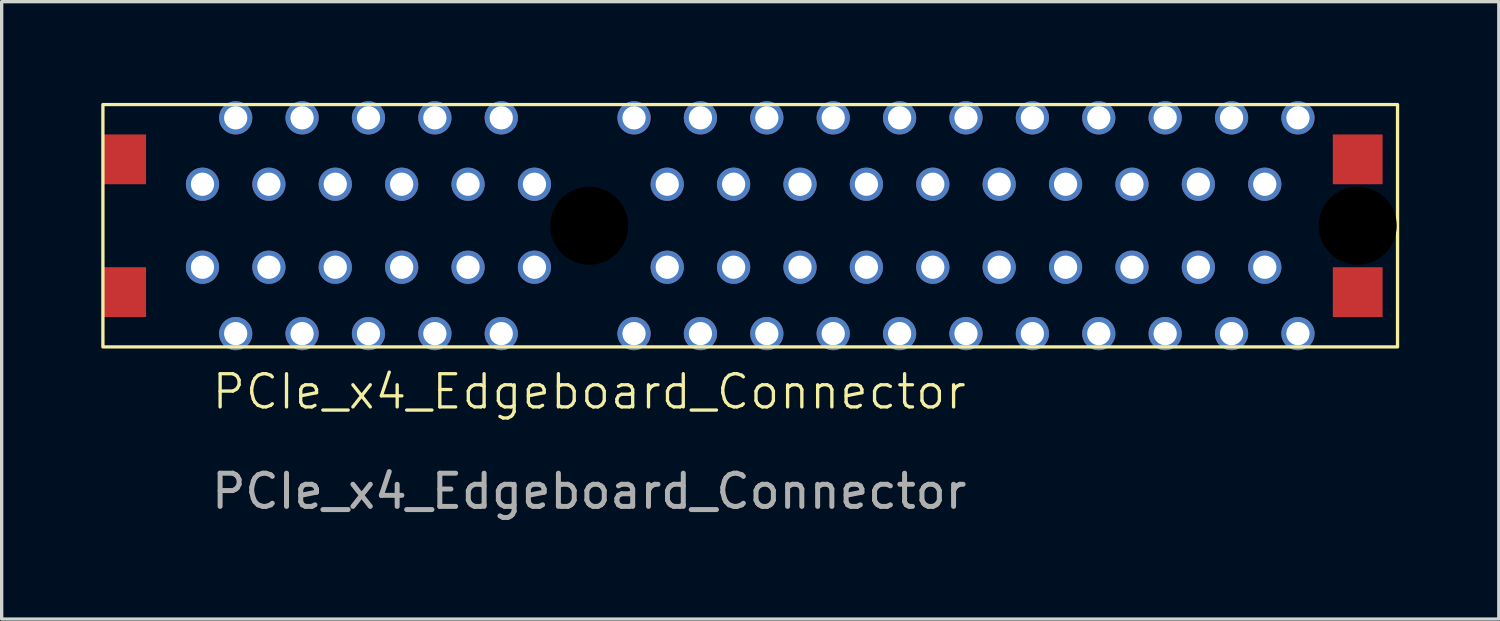
<source format=kicad_pcb>
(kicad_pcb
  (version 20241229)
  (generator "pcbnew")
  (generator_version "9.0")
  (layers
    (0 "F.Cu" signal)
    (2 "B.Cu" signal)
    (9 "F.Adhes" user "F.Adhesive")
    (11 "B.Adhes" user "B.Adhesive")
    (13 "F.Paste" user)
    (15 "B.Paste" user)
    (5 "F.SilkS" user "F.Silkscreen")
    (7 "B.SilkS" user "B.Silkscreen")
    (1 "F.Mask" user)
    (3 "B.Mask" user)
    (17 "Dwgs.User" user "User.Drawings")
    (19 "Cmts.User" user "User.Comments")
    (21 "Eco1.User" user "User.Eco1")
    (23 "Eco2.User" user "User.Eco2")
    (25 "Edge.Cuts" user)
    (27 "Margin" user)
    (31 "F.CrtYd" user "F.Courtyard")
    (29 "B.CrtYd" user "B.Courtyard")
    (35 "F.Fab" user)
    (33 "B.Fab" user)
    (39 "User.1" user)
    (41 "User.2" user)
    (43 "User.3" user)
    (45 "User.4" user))
  (footprint "PCIe_x4_Edgeboard_Connector"
    (layer "F.Cu")
    (at 14.7 3.75)
    (property "Reference" "PCIe_x4_Edgeboard_Connector" (at 0 5 0) (unlocked yes) (layer "F.SilkS") (effects (font (size 1 1) (thickness 0.1))))
    (attr smd)
    (fp_rect (start -14.65 -3.65) (end 24.35 3.65) (stroke (width 0.1) (type solid)) (fill no) (layer "F.SilkS"))
    (fp_text user "${REFERENCE}" (at 0 8 0) (unlocked yes) (layer "F.Fab") (effects (font (size 1 1) (thickness 0.15))))
    (pad "" np_thru_hole circle (at 0 0) (size 2.35 2.35) (drill 2.35) (layers "*.Mask"))
    (pad "" np_thru_hole circle (at 23.15 0) (size 2.35 2.35) (drill 2.35) (layers "*.Mask"))
    (pad "A1" thru_hole circle (at -11.65 -1.25) (size 1 1) (drill 0.7) (layers "*.Cu" "*.Mask"))
    (pad "A2" thru_hole circle (at -10.65 -3.25) (size 1 1) (drill 0.7) (layers "*.Cu" "*.Mask"))
    (pad "A3" thru_hole circle (at -9.65 -1.25) (size 1 1) (drill 0.7) (layers "*.Cu" "*.Mask"))
    (pad "A4" thru_hole circle (at -8.65 -3.25) (size 1 1) (drill 0.7) (layers "*.Cu" "*.Mask"))
    (pad "A5" thru_hole circle (at -7.65 -1.25) (size 1 1) (drill 0.7) (layers "*.Cu" "*.Mask"))
    (pad "A6" thru_hole circle (at -6.65 -3.25) (size 1 1) (drill 0.7) (layers "*.Cu" "*.Mask"))
    (pad "A7" thru_hole circle (at -5.65 -1.25) (size 1 1) (drill 0.7) (layers "*.Cu" "*.Mask"))
    (pad "A8" thru_hole circle (at -4.65 -3.25) (size 1 1) (drill 0.7) (layers "*.Cu" "*.Mask"))
    (pad "A9" thru_hole circle (at -3.65 -1.25) (size 1 1) (drill 0.7) (layers "*.Cu" "*.Mask"))
    (pad "A10" thru_hole circle (at -2.65 -3.25) (size 1 1) (drill 0.7) (layers "*.Cu" "*.Mask"))
    (pad "A11" thru_hole circle (at -1.65 -1.25) (size 1 1) (drill 0.7) (layers "*.Cu" "*.Mask"))
    (pad "A12" thru_hole circle (at 1.35 -3.25) (size 1 1) (drill 0.7) (layers "*.Cu" "*.Mask"))
    (pad "A13" thru_hole circle (at 2.35 -1.25) (size 1 1) (drill 0.7) (layers "*.Cu" "*.Mask"))
    (pad "A14" thru_hole circle (at 3.35 -3.25) (size 1 1) (drill 0.7) (layers "*.Cu" "*.Mask"))
    (pad "A15" thru_hole circle (at 4.35 -1.25) (size 1 1) (drill 0.7) (layers "*.Cu" "*.Mask"))
    (pad "A16" thru_hole circle (at 5.35 -3.25) (size 1 1) (drill 0.7) (layers "*.Cu" "*.Mask"))
    (pad "A17" thru_hole circle (at 6.35 -1.25) (size 1 1) (drill 0.7) (layers "*.Cu" "*.Mask"))
    (pad "A18" thru_hole circle (at 7.35 -3.25) (size 1 1) (drill 0.7) (layers "*.Cu" "*.Mask"))
    (pad "A19" thru_hole circle (at 8.35 -1.25) (size 1 1) (drill 0.7) (layers "*.Cu" "*.Mask"))
    (pad "A20" thru_hole circle (at 9.35 -3.25) (size 1 1) (drill 0.7) (layers "*.Cu" "*.Mask"))
    (pad "A21" thru_hole circle (at 10.35 -1.25) (size 1 1) (drill 0.7) (layers "*.Cu" "*.Mask"))
    (pad "A22" thru_hole circle (at 11.35 -3.25) (size 1 1) (drill 0.7) (layers "*.Cu" "*.Mask"))
    (pad "A23" thru_hole circle (at 12.35 -1.25) (size 1 1) (drill 0.7) (layers "*.Cu" "*.Mask"))
    (pad "A24" thru_hole circle (at 13.35 -3.25) (size 1 1) (drill 0.7) (layers "*.Cu" "*.Mask"))
    (pad "A25" thru_hole circle (at 14.35 -1.25) (size 1 1) (drill 0.7) (layers "*.Cu" "*.Mask"))
    (pad "A26" thru_hole circle (at 15.35 -3.25) (size 1 1) (drill 0.7) (layers "*.Cu" "*.Mask"))
    (pad "A27" thru_hole circle (at 16.35 -1.25) (size 1 1) (drill 0.7) (layers "*.Cu" "*.Mask"))
    (pad "A28" thru_hole circle (at 17.35 -3.25) (size 1 1) (drill 0.7) (layers "*.Cu" "*.Mask"))
    (pad "A29" thru_hole circle (at 18.35 -1.25) (size 1 1) (drill 0.7) (layers "*.Cu" "*.Mask"))
    (pad "A30" thru_hole circle (at 19.35 -3.25) (size 1 1) (drill 0.7) (layers "*.Cu" "*.Mask"))
    (pad "A31" thru_hole circle (at 20.35 -1.25) (size 1 1) (drill 0.7) (layers "*.Cu" "*.Mask"))
    (pad "A32" thru_hole circle (at 21.35 -3.25) (size 1 1) (drill 0.7) (layers "*.Cu" "*.Mask"))
    (pad "B1" thru_hole circle (at -11.65 1.25 180) (size 1 1) (drill 0.7) (layers "*.Cu" "*.Mask"))
    (pad "B2" thru_hole circle (at -10.65 3.25 180) (size 1 1) (drill 0.7) (layers "*.Cu" "*.Mask"))
    (pad "B3" thru_hole circle (at -9.65 1.25 180) (size 1 1) (drill 0.7) (layers "*.Cu" "*.Mask"))
    (pad "B4" smd rect (at -14 -2 180) (size 1.3 1.5) (layers "F.Cu" "F.Mask" "F.Paste"))
    (pad "B4" smd rect (at -14 2 180) (size 1.3 1.5) (layers "F.Cu" "F.Mask" "F.Paste"))
    (pad "B4" thru_hole circle (at -8.65 3.25 180) (size 1 1) (drill 0.7) (layers "*.Cu" "*.Mask"))
    (pad "B4" smd rect (at 23.15 -2 180) (size 1.5 1.5) (layers "F.Cu" "F.Mask" "F.Paste"))
    (pad "B4" smd rect (at 23.15 2 180) (size 1.5 1.5) (layers "F.Cu" "F.Mask" "F.Paste"))
    (pad "B5" thru_hole circle (at -7.65 1.25 180) (size 1 1) (drill 0.7) (layers "*.Cu" "*.Mask"))
    (pad "B6" thru_hole circle (at -6.65 3.25 180) (size 1 1) (drill 0.7) (layers "*.Cu" "*.Mask"))
    (pad "B7" thru_hole circle (at -5.65 1.25 180) (size 1 1) (drill 0.7) (layers "*.Cu" "*.Mask"))
    (pad "B8" thru_hole circle (at -4.65 3.25 180) (size 1 1) (drill 0.7) (layers "*.Cu" "*.Mask"))
    (pad "B9" thru_hole circle (at -3.65 1.25 180) (size 1 1) (drill 0.7) (layers "*.Cu" "*.Mask"))
    (pad "B10" thru_hole circle (at -2.65 3.25 180) (size 1 1) (drill 0.7) (layers "*.Cu" "*.Mask"))
    (pad "B11" thru_hole circle (at -1.65 1.25 180) (size 1 1) (drill 0.7) (layers "*.Cu" "*.Mask"))
    (pad "B12" thru_hole circle (at 1.35 3.25 180) (size 1 1) (drill 0.7) (layers "*.Cu" "*.Mask"))
    (pad "B13" thru_hole circle (at 2.35 1.25 180) (size 1 1) (drill 0.7) (layers "*.Cu" "*.Mask"))
    (pad "B14" thru_hole circle (at 3.35 3.25 180) (size 1 1) (drill 0.7) (layers "*.Cu" "*.Mask"))
    (pad "B15" thru_hole circle (at 4.35 1.25 180) (size 1 1) (drill 0.7) (layers "*.Cu" "*.Mask"))
    (pad "B16" thru_hole circle (at 5.35 3.25 180) (size 1 1) (drill 0.7) (layers "*.Cu" "*.Mask"))
    (pad "B17" thru_hole circle (at 6.35 1.25 180) (size 1 1) (drill 0.7) (layers "*.Cu" "*.Mask"))
    (pad "B18" thru_hole circle (at 7.35 3.25 180) (size 1 1) (drill 0.7) (layers "*.Cu" "*.Mask"))
    (pad "B19" thru_hole circle (at 8.35 1.25 180) (size 1 1) (drill 0.7) (layers "*.Cu" "*.Mask"))
    (pad "B20" thru_hole circle (at 9.35 3.25 180) (size 1 1) (drill 0.7) (layers "*.Cu" "*.Mask"))
    (pad "B21" thru_hole circle (at 10.35 1.25 180) (size 1 1) (drill 0.7) (layers "*.Cu" "*.Mask"))
    (pad "B22" thru_hole circle (at 11.35 3.25 180) (size 1 1) (drill 0.7) (layers "*.Cu" "*.Mask"))
    (pad "B23" thru_hole circle (at 12.35 1.25 180) (size 1 1) (drill 0.7) (layers "*.Cu" "*.Mask"))
    (pad "B24" thru_hole circle (at 13.35 3.25 180) (size 1 1) (drill 0.7) (layers "*.Cu" "*.Mask"))
    (pad "B25" thru_hole circle (at 14.35 1.25 180) (size 1 1) (drill 0.7) (layers "*.Cu" "*.Mask"))
    (pad "B26" thru_hole circle (at 15.35 3.25 180) (size 1 1) (drill 0.7) (layers "*.Cu" "*.Mask"))
    (pad "B27" thru_hole circle (at 16.35 1.25 180) (size 1 1) (drill 0.7) (layers "*.Cu" "*.Mask"))
    (pad "B28" thru_hole circle (at 17.35 3.25 180) (size 1 1) (drill 0.7) (layers "*.Cu" "*.Mask"))
    (pad "B29" thru_hole circle (at 18.35 1.25 180) (size 1 1) (drill 0.7) (layers "*.Cu" "*.Mask"))
    (pad "B30" thru_hole circle (at 19.35 3.25 180) (size 1 1) (drill 0.7) (layers "*.Cu" "*.Mask"))
    (pad "B31" thru_hole circle (at 20.35 1.25 180) (size 1 1) (drill 0.7) (layers "*.Cu" "*.Mask"))
    (pad "B32" thru_hole circle (at 21.35 3.25 180) (size 1 1) (drill 0.7) (layers "*.Cu" "*.Mask")))
  (gr_rect
    (start -3 -3)
    (end 42.1 15.598)
    (stroke (width 0.1) (type default))
    (fill no)
    (layer "Edge.Cuts")))
</source>
